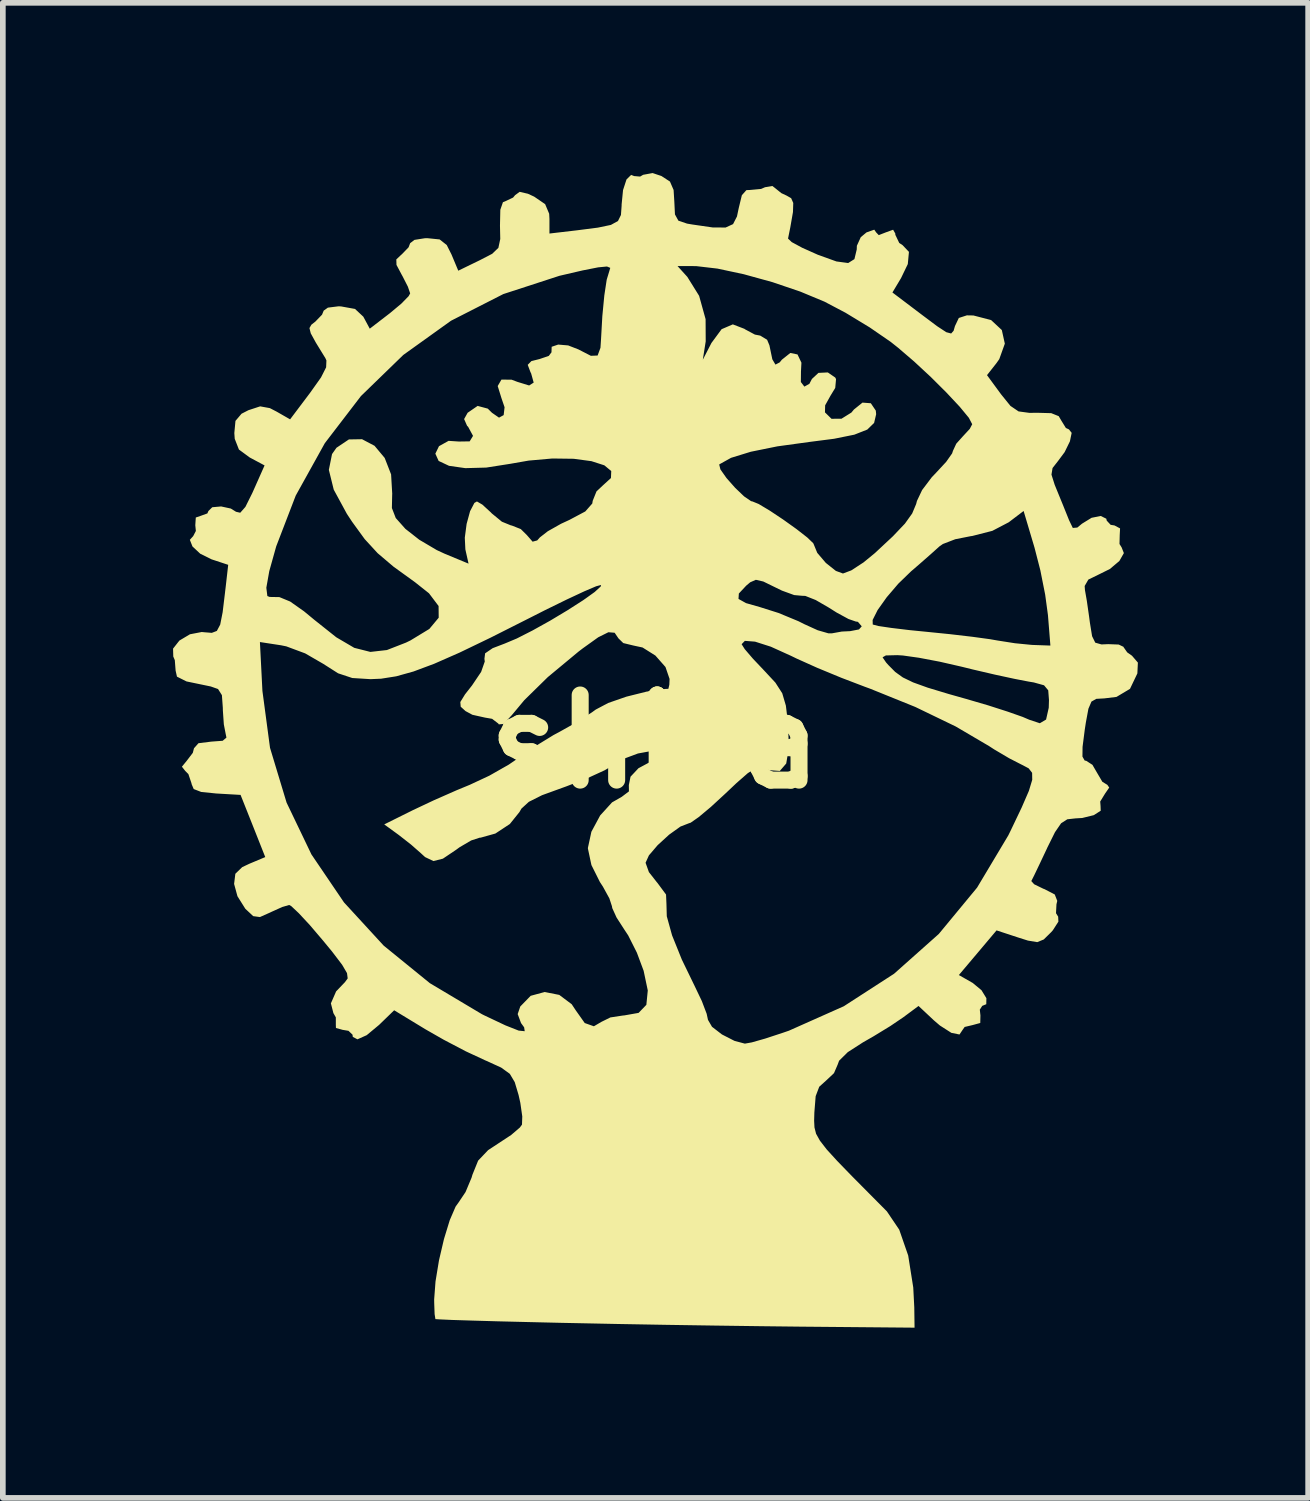
<source format=kicad_pcb>
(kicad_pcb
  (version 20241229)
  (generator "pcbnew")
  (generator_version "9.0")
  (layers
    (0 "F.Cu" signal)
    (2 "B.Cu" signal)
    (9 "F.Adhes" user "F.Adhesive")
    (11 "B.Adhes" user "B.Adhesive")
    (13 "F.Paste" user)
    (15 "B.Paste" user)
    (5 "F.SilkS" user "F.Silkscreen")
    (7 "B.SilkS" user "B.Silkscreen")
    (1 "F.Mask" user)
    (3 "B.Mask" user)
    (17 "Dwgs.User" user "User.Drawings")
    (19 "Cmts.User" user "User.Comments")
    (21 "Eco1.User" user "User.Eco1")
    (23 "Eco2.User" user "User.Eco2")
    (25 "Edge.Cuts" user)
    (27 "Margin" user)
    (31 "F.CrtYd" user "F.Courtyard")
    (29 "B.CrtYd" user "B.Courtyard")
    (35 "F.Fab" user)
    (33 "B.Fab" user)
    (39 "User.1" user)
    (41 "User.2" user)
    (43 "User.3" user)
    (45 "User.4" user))
  (footprint "shiva"
    (layer "F.Cu")
    (at 8.497 10.021)
    (property "Reference" "shiva" (at 0 0 0) (layer "F.SilkS") (effects (font (size 1.5 1.5) (thickness 0.3))))
    (attr board_only exclude_from_pos_files exclude_from_bom)
    (fp_poly (pts (xy 0.112 -9.968) (xy 0.261 -9.871) (xy 0.325 -9.723) (xy 0.338 -9.515) (xy 0.349 -9.292) (xy 0.409 -9.182) (xy 0.562 -9.13) (xy 0.656 -9.114) (xy 1.015 -9.062) (xy 1.242 -9.061) (xy 1.373 -9.121) (xy 1.442 -9.256) (xy 1.473 -9.403) (xy 1.528 -9.63) (xy 1.608 -9.72) (xy 1.674 -9.723) (xy 1.867 -9.741) (xy 1.936 -9.771) (xy 2.066 -9.793) (xy 2.105 -9.763) (xy 2.224 -9.667) (xy 2.316 -9.624) (xy 2.397 -9.578) (xy 2.434 -9.494) (xy 2.429 -9.334) (xy 2.382 -9.064) (xy 2.342 -8.866) (xy 2.407 -8.804) (xy 2.592 -8.704) (xy 2.856 -8.586) (xy 2.867 -8.581) (xy 3.195 -8.463) (xy 3.402 -8.435) (xy 3.512 -8.504) (xy 3.553 -8.675) (xy 3.555 -8.739) (xy 3.624 -8.891) (xy 3.725 -8.975) (xy 3.862 -9.023) (xy 3.895 -8.975) (xy 3.941 -8.927) (xy 4.064 -8.975) (xy 4.194 -9.022) (xy 4.233 -8.954) (xy 4.233 -8.933) (xy 4.302 -8.789) (xy 4.36 -8.751) (xy 4.473 -8.632) (xy 4.453 -8.417) (xy 4.334 -8.17) (xy 4.182 -7.916) (xy 4.708 -7.518) (xy 4.971 -7.321) (xy 5.131 -7.216) (xy 5.217 -7.193) (xy 5.26 -7.241) (xy 5.284 -7.324) (xy 5.352 -7.467) (xy 5.494 -7.513) (xy 5.609 -7.511) (xy 5.921 -7.43) (xy 6.11 -7.254) (xy 6.163 -7.014) (xy 6.065 -6.741) (xy 6.015 -6.67) (xy 5.849 -6.459) (xy 6.097 -6.121) (xy 6.262 -5.917) (xy 6.405 -5.82) (xy 6.598 -5.794) (xy 6.728 -5.796) (xy 6.981 -5.789) (xy 7.113 -5.736) (xy 7.16 -5.656) (xy 7.239 -5.528) (xy 7.293 -5.503) (xy 7.341 -5.442) (xy 7.31 -5.292) (xy 7.217 -5.102) (xy 7.101 -4.946) (xy 7.004 -4.822) (xy 6.985 -4.706) (xy 7.041 -4.529) (xy 7.078 -4.438) (xy 7.186 -4.174) (xy 7.279 -3.943) (xy 7.294 -3.905) (xy 7.361 -3.766) (xy 7.441 -3.773) (xy 7.523 -3.841) (xy 7.692 -3.945) (xy 7.854 -3.977) (xy 7.951 -3.929) (xy 7.959 -3.895) (xy 8.028 -3.821) (xy 8.096 -3.81) (xy 8.194 -3.758) (xy 8.188 -3.641) (xy 8.184 -3.483) (xy 8.221 -3.424) (xy 8.261 -3.323) (xy 8.182 -3.184) (xy 8.015 -3.043) (xy 7.834 -2.953) (xy 7.635 -2.856) (xy 7.57 -2.743) (xy 7.575 -2.672) (xy 7.608 -2.483) (xy 7.647 -2.212) (xy 7.662 -2.099) (xy 7.701 -1.858) (xy 7.757 -1.744) (xy 7.866 -1.713) (xy 7.985 -1.718) (xy 8.17 -1.711) (xy 8.254 -1.671) (xy 8.255 -1.666) (xy 8.32 -1.573) (xy 8.404 -1.514) (xy 8.508 -1.393) (xy 8.499 -1.202) (xy 8.369 -0.93) (xy 8.131 -0.788) (xy 7.918 -0.762) (xy 7.776 -0.754) (xy 7.69 -0.706) (xy 7.636 -0.579) (xy 7.591 -0.336) (xy 7.572 -0.212) (xy 7.533 0.093) (xy 7.531 0.264) (xy 7.57 0.333) (xy 7.599 0.339) (xy 7.707 0.409) (xy 7.789 0.55) (xy 7.882 0.708) (xy 7.97 0.762) (xy 8.003 0.81) (xy 7.929 0.917) (xy 7.844 1.056) (xy 7.85 1.133) (xy 7.853 1.218) (xy 7.731 1.296) (xy 7.527 1.346) (xy 7.407 1.353) (xy 7.264 1.369) (xy 7.155 1.439) (xy 7.047 1.596) (xy 6.909 1.874) (xy 6.905 1.884) (xy 6.777 2.155) (xy 6.679 2.36) (xy 6.63 2.457) (xy 6.63 2.458) (xy 6.68 2.514) (xy 6.84 2.592) (xy 6.864 2.601) (xy 7.043 2.694) (xy 7.087 2.807) (xy 7.073 2.867) (xy 7.065 3.024) (xy 7.103 3.085) (xy 7.107 3.173) (xy 7.01 3.324) (xy 6.981 3.357) (xy 6.849 3.487) (xy 6.734 3.534) (xy 6.571 3.507) (xy 6.397 3.452) (xy 6.017 3.327) (xy 5.685 3.721) (xy 5.353 4.114) (xy 5.598 4.254) (xy 5.752 4.382) (xy 5.838 4.522) (xy 5.836 4.628) (xy 5.765 4.657) (xy 5.722 4.724) (xy 5.733 4.826) (xy 5.73 4.959) (xy 5.598 4.995) (xy 5.598 4.995) (xy 5.455 5.029) (xy 5.419 5.08) (xy 5.364 5.162) (xy 5.221 5.133) (xy 5.018 5.003) (xy 4.912 4.912) (xy 4.642 4.659) (xy 4.374 4.858) (xy 4.145 5.013) (xy 3.847 5.195) (xy 3.662 5.301) (xy 3.395 5.473) (xy 3.242 5.624) (xy 3.217 5.692) (xy 3.152 5.843) (xy 3.017 5.97) (xy 2.892 6.083) (xy 2.829 6.249) (xy 2.807 6.524) (xy 2.806 6.536) (xy 2.802 6.682) (xy 2.808 6.8) (xy 2.836 6.911) (xy 2.904 7.033) (xy 3.023 7.187) (xy 3.21 7.392) (xy 3.479 7.669) (xy 3.843 8.036) (xy 4.084 8.279) (xy 4.302 8.602) (xy 4.46 9.058) (xy 4.549 9.621) (xy 4.567 9.97) (xy 4.572 10.329) (xy 2.561 10.311) (xy 1.859 10.303) (xy 1.048 10.292) (xy 0.187 10.279) (xy -0.664 10.264) (xy -1.446 10.248) (xy -1.651 10.244) (xy -2.243 10.23) (xy -2.776 10.217) (xy -3.228 10.204) (xy -3.577 10.193) (xy -3.8 10.183) (xy -3.873 10.178) (xy -3.887 10.09) (xy -3.894 9.896) (xy -3.895 9.832) (xy -3.871 9.514) (xy -3.81 9.143) (xy -3.722 8.767) (xy -3.62 8.434) (xy -3.517 8.195) (xy -3.464 8.121) (xy -3.342 7.939) (xy -3.236 7.686) (xy -3.22 7.632) (xy -3.12 7.385) (xy -2.944 7.2) (xy -2.76 7.079) (xy -2.538 6.933) (xy -2.384 6.801) (xy -2.347 6.75) (xy -2.342 6.606) (xy -2.376 6.368) (xy -2.407 6.229) (xy -2.475 6.001) (xy -2.562 5.855) (xy -2.714 5.745) (xy -2.975 5.626) (xy -3.003 5.614) (xy -3.338 5.458) (xy -3.725 5.255) (xy -4.047 5.071) (xy -4.6 4.735) (xy -4.865 4.992) (xy -5.084 5.174) (xy -5.247 5.247) (xy -5.329 5.204) (xy -5.334 5.165) (xy -5.405 5.097) (xy -5.508 5.08) (xy -5.626 5.047) (xy -5.628 4.992) (xy -5.628 4.86) (xy -5.671 4.785) (xy -5.715 4.613) (xy -5.623 4.402) (xy -5.467 4.239) (xy -5.419 4.173) (xy -5.431 4.08) (xy -5.517 3.933) (xy -5.692 3.703) (xy -5.855 3.505) (xy -6.085 3.235) (xy -6.281 3.024) (xy -6.413 2.9) (xy -6.45 2.879) (xy -6.573 2.915) (xy -6.766 3.002) (xy -6.784 3.011) (xy -6.966 3.092) (xy -7.084 3.076) (xy -7.219 2.95) (xy -7.224 2.945) (xy -7.362 2.725) (xy -7.421 2.508) (xy -7.399 2.329) (xy -7.278 2.212) (xy -7.153 2.153) (xy -6.872 2.035) (xy -7.089 1.487) (xy -7.307 0.939) (xy -7.738 0.914) (xy -8.001 0.887) (xy -8.133 0.836) (xy -8.171 0.746) (xy -8.171 0.737) (xy -8.227 0.572) (xy -8.281 0.518) (xy -8.341 0.442) (xy -8.259 0.342) (xy -8.149 0.198) (xy -8.128 0.117) (xy -8.049 0.028) (xy -7.823 0) (xy -7.622 -0.015) (xy -7.556 -0.071) (xy -7.569 -0.134) (xy -7.602 -0.304) (xy -7.619 -0.55) (xy -7.62 -0.598) (xy -7.636 -0.819) (xy -7.704 -0.927) (xy -7.832 -0.972) (xy -8.092 -1.026) (xy -8.26 -1.061) (xy -8.428 -1.145) (xy -8.452 -1.252) (xy -8.466 -1.436) (xy -8.493 -1.5) (xy -8.497 -1.639) (xy -8.406 -1.755) (xy -6.966 -1.755) (xy -6.922 -0.894) (xy -6.788 0.109) (xy -6.496 1.075) (xy -6.058 1.988) (xy -5.484 2.834) (xy -4.785 3.595) (xy -3.971 4.257) (xy -3.053 4.804) (xy -3.009 4.826) (xy -2.639 5.001) (xy -2.406 5.093) (xy -2.299 5.104) (xy -2.309 5.036) (xy -2.364 4.96) (xy -2.423 4.802) (xy -2.377 4.668) (xy -2.194 4.48) (xy -1.948 4.413) (xy -1.69 4.464) (xy -1.471 4.628) (xy -1.4 4.735) (xy -1.241 4.96) (xy -1.08 5.017) (xy -0.947 4.939) (xy -0.789 4.861) (xy -0.559 4.826) (xy -0.547 4.826) (xy -0.292 4.781) (xy -0.155 4.639) (xy -0.13 4.386) (xy -0.203 4.039) (xy -0.322 3.72) (xy -0.475 3.416) (xy -0.547 3.307) (xy -0.681 3.099) (xy -0.756 2.934) (xy -0.762 2.9) (xy -0.807 2.763) (xy -0.92 2.557) (xy -0.974 2.474) (xy -1.123 2.176) (xy -1.132 2.135) (xy -0.169 2.135) (xy -0.11 2.3) (xy 0.032 2.481) (xy 0.038 2.487) (xy 0.192 2.695) (xy 0.199 2.859) (xy 0.205 3.078) (xy 0.298 3.414) (xy 0.47 3.841) (xy 0.695 4.305) (xy 0.823 4.573) (xy 0.908 4.797) (xy 0.931 4.904) (xy 1.002 5.026) (xy 1.177 5.161) (xy 1.398 5.274) (xy 1.581 5.323) (xy 1.703 5.301) (xy 1.939 5.234) (xy 2.246 5.133) (xy 2.357 5.095) (xy 3.325 4.664) (xy 4.211 4.091) (xy 4.999 3.39) (xy 5.674 2.573) (xy 6.224 1.653) (xy 6.261 1.578) (xy 6.46 1.161) (xy 6.587 0.868) (xy 6.646 0.673) (xy 6.644 0.55) (xy 6.583 0.471) (xy 6.468 0.41) (xy 6.461 0.407) (xy 6.241 0.294) (xy 5.975 0.137) (xy 5.884 0.078) (xy 5.297 -0.267) (xy 4.585 -0.611) (xy 3.791 -0.932) (xy 3.698 -0.966) (xy 3.282 -1.125) (xy 2.856 -1.301) (xy 2.491 -1.465) (xy 2.448 -1.486) (xy 4.008 -1.486) (xy 4.07 -1.395) (xy 4.113 -1.347) (xy 4.232 -1.227) (xy 4.366 -1.131) (xy 4.546 -1.044) (xy 4.804 -0.951) (xy 5.175 -0.839) (xy 5.476 -0.754) (xy 5.866 -0.64) (xy 6.215 -0.528) (xy 6.479 -0.435) (xy 6.593 -0.386) (xy 6.78 -0.324) (xy 6.89 -0.389) (xy 6.937 -0.597) (xy 6.941 -0.733) (xy 6.928 -0.904) (xy 6.854 -0.993) (xy 6.674 -1.043) (xy 6.583 -1.058) (xy 6.34 -1.105) (xy 5.992 -1.18) (xy 5.597 -1.272) (xy 5.403 -1.32) (xy 5.014 -1.409) (xy 4.65 -1.478) (xy 4.366 -1.518) (xy 4.268 -1.524) (xy 4.066 -1.519) (xy 4.008 -1.486) (xy 2.448 -1.486) (xy 2.39 -1.514) (xy 2.039 -1.673) (xy 1.761 -1.762) (xy 1.581 -1.776) (xy 1.524 -1.717) (xy 1.579 -1.63) (xy 1.723 -1.462) (xy 1.907 -1.268) (xy 2.119 -1.04) (xy 2.24 -0.852) (xy 2.304 -0.634) (xy 2.341 -0.328) (xy 2.357 0.106) (xy 2.31 0.386) (xy 2.197 0.517) (xy 2.017 0.504) (xy 1.988 0.492) (xy 1.878 0.455) (xy 1.771 0.47) (xy 1.634 0.555) (xy 1.435 0.729) (xy 1.235 0.918) (xy 0.982 1.151) (xy 0.768 1.33) (xy 0.626 1.429) (xy 0.595 1.439) (xy 0.446 1.497) (xy 0.246 1.64) (xy 0.044 1.825) (xy -0.11 2.005) (xy -0.169 2.135) (xy -1.132 2.135) (xy -1.185 1.885) (xy -1.185 1.872) (xy -1.124 1.589) (xy -0.969 1.301) (xy -0.76 1.071) (xy -0.589 0.973) (xy -0.462 0.877) (xy -0.464 0.766) (xy -0.434 0.618) (xy -0.294 0.469) (xy -0.097 0.363) (xy 0.039 0.339) (xy 0.154 0.294) (xy 0.169 0.254) (xy 0.1 0.18) (xy -0.074 0.167) (xy -0.303 0.209) (xy -0.539 0.297) (xy -0.674 0.378) (xy -0.892 0.506) (xy -1.21 0.652) (xy -1.566 0.789) (xy -1.627 0.811) (xy -1.993 0.944) (xy -2.226 1.061) (xy -2.357 1.181) (xy -2.393 1.243) (xy -2.561 1.452) (xy -2.816 1.62) (xy -3.077 1.693) (xy -3.092 1.693) (xy -3.243 1.742) (xy -3.449 1.863) (xy -3.506 1.905) (xy -3.741 2.063) (xy -3.908 2.105) (xy -4.055 2.035) (xy -4.128 1.968) (xy -4.302 1.815) (xy -4.518 1.646) (xy -4.526 1.64) (xy -4.775 1.459) (xy -4.272 1.209) (xy -3.903 1.035) (xy -3.499 0.857) (xy -3.267 0.761) (xy -2.924 0.601) (xy -2.581 0.406) (xy -2.404 0.285) (xy -2.109 0.079) (xy -1.791 -0.116) (xy -1.677 -0.177) (xy -1.388 -0.339) (xy -1.113 -0.517) (xy -1.047 -0.565) (xy -0.828 -0.681) (xy -0.508 -0.792) (xy -0.152 -0.881) (xy 0.173 -0.928) (xy 0.233 -0.931) (xy 0.25 -1.003) (xy 0.254 -1.105) (xy 0.182 -1.315) (xy 0.004 -1.517) (xy -0.222 -1.659) (xy -0.38 -1.693) (xy -0.562 -1.737) (xy -0.647 -1.82) (xy -0.714 -1.919) (xy -0.824 -1.928) (xy -1.003 -1.839) (xy -1.274 -1.645) (xy -1.35 -1.587) (xy -1.892 -1.137) (xy -2.306 -0.731) (xy -2.527 -0.466) (xy -2.672 -0.311) (xy -2.756 -0.304) (xy -2.764 -0.318) (xy -2.874 -0.402) (xy -2.997 -0.423) (xy -3.221 -0.473) (xy -3.342 -0.538) (xy -3.427 -0.615) (xy -3.434 -0.698) (xy -3.351 -0.833) (xy -3.228 -0.99) (xy -3.067 -1.229) (xy -3.003 -1.412) (xy -3.009 -1.459) (xy -2.997 -1.556) (xy -2.864 -1.647) (xy -2.652 -1.728) (xy -2.438 -1.818) (xy -2.161 -1.959) (xy -1.852 -2.131) (xy -1.545 -2.315) (xy -1.272 -2.49) (xy -1.236 -2.515) (xy 1.469 -2.515) (xy 1.602 -2.441) (xy 1.841 -2.373) (xy 2.176 -2.267) (xy 2.526 -2.122) (xy 2.625 -2.072) (xy 2.865 -1.963) (xy 3.056 -1.908) (xy 3.118 -1.909) (xy 3.29 -1.94) (xy 3.436 -1.947) (xy 3.592 -1.977) (xy 3.641 -2.032) (xy 3.574 -2.111) (xy 3.535 -2.117) (xy 3.457 -2.144) (xy 3.833 -2.144) (xy 3.835 -2.064) (xy 3.932 -2.038) (xy 4.162 -2.004) (xy 4.486 -1.965) (xy 4.779 -1.936) (xy 5.195 -1.894) (xy 5.589 -1.848) (xy 5.904 -1.805) (xy 6.035 -1.782) (xy 6.341 -1.734) (xy 6.635 -1.705) (xy 6.679 -1.703) (xy 6.966 -1.693) (xy 6.923 -2.23) (xy 6.874 -2.591) (xy 6.789 -3.019) (xy 6.687 -3.416) (xy 6.494 -4.065) (xy 6.232 -3.866) (xy 5.943 -3.715) (xy 5.591 -3.625) (xy 5.562 -3.621) (xy 5.289 -3.567) (xy 5.071 -3.483) (xy 5.012 -3.442) (xy 4.867 -3.312) (xy 4.652 -3.123) (xy 4.51 -3.001) (xy 4.286 -2.784) (xy 4.081 -2.544) (xy 3.921 -2.319) (xy 3.833 -2.144) (xy 3.457 -2.144) (xy 3.408 -2.161) (xy 3.2 -2.274) (xy 3.057 -2.364) (xy 2.829 -2.496) (xy 2.647 -2.568) (xy 2.582 -2.571) (xy 2.45 -2.583) (xy 2.236 -2.661) (xy 2.125 -2.715) (xy 1.906 -2.822) (xy 1.775 -2.852) (xy 1.675 -2.808) (xy 1.605 -2.749) (xy 1.475 -2.61) (xy 1.469 -2.515) (xy -1.236 -2.515) (xy -1.066 -2.637) (xy -0.959 -2.735) (xy -0.954 -2.761) (xy -1.04 -2.738) (xy -1.249 -2.649) (xy -1.557 -2.505) (xy -1.937 -2.319) (xy -2.227 -2.172) (xy -2.901 -1.832) (xy -3.449 -1.568) (xy -3.895 -1.372) (xy -4.259 -1.236) (xy -4.564 -1.151) (xy -4.83 -1.109) (xy -5.018 -1.101) (xy -5.338 -1.121) (xy -5.588 -1.204) (xy -5.85 -1.371) (xy -6.168 -1.555) (xy -6.501 -1.679) (xy -6.594 -1.698) (xy -6.966 -1.755) (xy -8.406 -1.755) (xy -8.384 -1.782) (xy -8.199 -1.892) (xy -7.991 -1.932) (xy -7.951 -1.928) (xy -7.814 -1.917) (xy -7.725 -1.951) (xy -7.666 -2.062) (xy -7.623 -2.28) (xy -7.58 -2.636) (xy -7.58 -2.638) (xy -7.571 -2.712) (xy -6.853 -2.712) (xy -6.835 -2.566) (xy -6.795 -2.55) (xy -6.622 -2.547) (xy -6.433 -2.469) (xy -6.189 -2.297) (xy -6.006 -2.146) (xy -5.62 -1.839) (xy -5.303 -1.653) (xy -5.019 -1.581) (xy -4.728 -1.614) (xy -4.392 -1.745) (xy -4.312 -1.784) (xy -3.98 -1.986) (xy -3.815 -2.184) (xy -3.817 -2.39) (xy -3.986 -2.614) (xy -4.233 -2.81) (xy -4.612 -3.084) (xy -4.891 -3.321) (xy -5.119 -3.569) (xy -5.34 -3.873) (xy -5.433 -4.014) (xy -5.665 -4.441) (xy -5.751 -4.79) (xy -5.695 -5.068) (xy -5.617 -5.179) (xy -5.398 -5.326) (xy -5.166 -5.33) (xy -4.946 -5.214) (xy -4.767 -5) (xy -4.654 -4.71) (xy -4.634 -4.367) (xy -4.635 -4.356) (xy -4.64 -4.117) (xy -4.572 -3.941) (xy -4.402 -3.75) (xy -4.157 -3.558) (xy -3.849 -3.376) (xy -3.711 -3.312) (xy -3.289 -3.137) (xy -3.345 -3.388) (xy -3.355 -3.594) (xy -3.323 -3.837) (xy -3.262 -4.061) (xy -3.186 -4.207) (xy -3.141 -4.233) (xy -3.045 -4.177) (xy -2.897 -4.041) (xy -2.879 -4.022) (xy -2.701 -3.876) (xy -2.539 -3.81) (xy -2.53 -3.81) (xy -2.368 -3.746) (xy -2.26 -3.639) (xy -2.16 -3.524) (xy -2.079 -3.546) (xy -2.031 -3.6) (xy -1.892 -3.708) (xy -1.66 -3.839) (xy -1.511 -3.908) (xy -1.231 -4.057) (xy -1.108 -4.197) (xy -1.101 -4.243) (xy -1.034 -4.41) (xy -0.931 -4.507) (xy -0.779 -4.646) (xy -0.774 -4.769) (xy -0.896 -4.87) (xy -1.123 -4.943) (xy -1.436 -4.985) (xy -1.812 -4.99) (xy -2.23 -4.953) (xy -2.55 -4.897) (xy -2.977 -4.83) (xy -3.346 -4.82) (xy -3.633 -4.861) (xy -3.816 -4.947) (xy -3.874 -5.075) (xy -3.81 -5.207) (xy -3.641 -5.301) (xy -3.458 -5.289) (xy -3.269 -5.292) (xy -3.21 -5.389) (xy -3.296 -5.548) (xy -3.315 -5.567) (xy -3.367 -5.685) (xy -3.305 -5.796) (xy -3.129 -5.917) (xy -2.95 -5.869) (xy -2.876 -5.796) (xy -2.752 -5.71) (xy -2.67 -5.755) (xy -2.654 -5.893) (xy -2.709 -6.054) (xy -2.775 -6.267) (xy -2.709 -6.381) (xy -2.53 -6.379) (xy -2.426 -6.34) (xy -2.221 -6.277) (xy -2.141 -6.328) (xy -2.186 -6.49) (xy -2.198 -6.513) (xy -2.246 -6.641) (xy -2.181 -6.707) (xy -2.037 -6.743) (xy -1.874 -6.799) (xy -1.825 -6.865) (xy -1.827 -6.869) (xy -1.824 -6.959) (xy -1.709 -6.998) (xy -1.533 -6.983) (xy -1.353 -6.913) (xy -1.133 -6.8) (xy -1.014 -6.805) (xy -0.964 -6.941) (xy -0.954 -7.091) (xy -0.931 -7.5) (xy -0.896 -7.864) (xy -0.854 -8.141) (xy -0.809 -8.29) (xy -0.791 -8.35) (xy -0.849 -8.374) (xy -1.004 -8.359) (xy -1.278 -8.305) (xy -1.687 -8.21) (xy -2.676 -7.888) (xy -3.598 -7.418) (xy -4.439 -6.815) (xy -5.185 -6.091) (xy -5.822 -5.26) (xy -6.335 -4.336) (xy -6.679 -3.441) (xy -6.801 -3.005) (xy -6.853 -2.712) (xy -7.571 -2.712) (xy -7.525 -3.116) (xy -7.819 -3.213) (xy -8.018 -3.312) (xy -8.155 -3.44) (xy -8.201 -3.557) (xy -8.142 -3.622) (xy -8.095 -3.713) (xy -8.105 -3.814) (xy -8.096 -3.95) (xy -8.011 -3.979) (xy -7.892 -4.022) (xy -7.874 -4.064) (xy -7.806 -4.131) (xy -7.65 -4.145) (xy -7.479 -4.108) (xy -7.387 -4.051) (xy -7.313 -4.034) (xy -7.222 -4.137) (xy -7.1 -4.382) (xy -7.087 -4.411) (xy -6.884 -4.868) (xy -7.146 -5.008) (xy -7.336 -5.148) (xy -7.41 -5.337) (xy -7.417 -5.438) (xy -7.397 -5.653) (xy -7.29 -5.779) (xy -7.169 -5.841) (xy -6.962 -5.909) (xy -6.791 -5.878) (xy -6.673 -5.817) (xy -6.434 -5.68) (xy -6.08 -6.15) (xy -5.889 -6.419) (xy -5.799 -6.597) (xy -5.794 -6.719) (xy -5.813 -6.76) (xy -5.98 -7.032) (xy -6.07 -7.196) (xy -6.093 -7.289) (xy -6.059 -7.348) (xy -5.99 -7.402) (xy -5.871 -7.525) (xy -5.842 -7.596) (xy -5.768 -7.649) (xy -5.584 -7.672) (xy -5.539 -7.671) (xy -5.29 -7.626) (xy -5.144 -7.49) (xy -5.133 -7.47) (xy -5.03 -7.278) (xy -4.674 -7.552) (xy -4.474 -7.719) (xy -4.345 -7.851) (xy -4.318 -7.9) (xy -4.358 -8.018) (xy -4.454 -8.206) (xy -4.466 -8.227) (xy -4.559 -8.402) (xy -4.562 -8.499) (xy -4.474 -8.582) (xy -4.466 -8.588) (xy -4.346 -8.712) (xy -4.318 -8.785) (xy -4.243 -8.843) (xy -4.06 -8.872) (xy -4.014 -8.873) (xy -3.798 -8.851) (xy -3.673 -8.752) (xy -3.59 -8.587) (xy -3.47 -8.3) (xy -3.302 -8.382) (xy 0.394 -8.382) (xy 0.567 -8.191) (xy 0.775 -7.857) (xy 0.889 -7.446) (xy 0.891 -7.054) (xy 0.84 -6.731) (xy 0.992 -7.026) (xy 1.171 -7.269) (xy 1.369 -7.354) (xy 1.574 -7.275) (xy 1.582 -7.268) (xy 1.758 -7.174) (xy 1.852 -7.156) (xy 1.973 -7.083) (xy 2.014 -6.985) (xy 2.065 -6.739) (xy 2.12 -6.645) (xy 2.195 -6.684) (xy 2.234 -6.732) (xy 2.382 -6.85) (xy 2.509 -6.824) (xy 2.578 -6.679) (xy 2.57 -6.523) (xy 2.568 -6.338) (xy 2.63 -6.257) (xy 2.718 -6.306) (xy 2.763 -6.392) (xy 2.878 -6.499) (xy 3.043 -6.507) (xy 3.174 -6.417) (xy 3.188 -6.389) (xy 3.174 -6.234) (xy 3.09 -6.096) (xy 2.996 -5.927) (xy 2.993 -5.803) (xy 3.108 -5.69) (xy 3.284 -5.691) (xy 3.459 -5.8) (xy 3.503 -5.853) (xy 3.654 -5.975) (xy 3.801 -5.964) (xy 3.889 -5.834) (xy 3.895 -5.77) (xy 3.859 -5.617) (xy 3.739 -5.5) (xy 3.511 -5.41) (xy 3.155 -5.338) (xy 2.72 -5.282) (xy 2.154 -5.204) (xy 1.686 -5.109) (xy 1.338 -5.002) (xy 1.135 -4.889) (xy 1.129 -4.883) (xy 1.15 -4.798) (xy 1.257 -4.646) (xy 1.41 -4.473) (xy 1.568 -4.322) (xy 1.691 -4.238) (xy 1.715 -4.233) (xy 1.825 -4.188) (xy 2.019 -4.072) (xy 2.255 -3.915) (xy 2.49 -3.747) (xy 2.681 -3.598) (xy 2.786 -3.497) (xy 2.794 -3.48) (xy 2.857 -3.327) (xy 3.008 -3.15) (xy 3.185 -3.009) (xy 3.31 -2.963) (xy 3.457 -3.018) (xy 3.673 -3.159) (xy 3.873 -3.323) (xy 4.191 -3.62) (xy 4.402 -3.842) (xy 4.53 -4.021) (xy 4.6 -4.188) (xy 4.614 -4.242) (xy 4.705 -4.434) (xy 4.875 -4.659) (xy 4.957 -4.745) (xy 5.129 -4.931) (xy 5.234 -5.08) (xy 5.249 -5.126) (xy 5.307 -5.251) (xy 5.419 -5.376) (xy 5.545 -5.512) (xy 5.588 -5.594) (xy 5.529 -5.707) (xy 5.369 -5.901) (xy 5.136 -6.15) (xy 4.859 -6.426) (xy 4.565 -6.699) (xy 4.283 -6.941) (xy 4.152 -7.045) (xy 3.782 -7.3) (xy 3.355 -7.559) (xy 2.985 -7.754) (xy 2.557 -7.932) (xy 2.065 -8.099) (xy 1.561 -8.238) (xy 1.098 -8.337) (xy 0.729 -8.38) (xy 0.684 -8.381) (xy 0.394 -8.382) (xy -3.302 -8.382) (xy -3.094 -8.483) (xy -2.872 -8.598) (xy -2.763 -8.703) (xy -2.73 -8.859) (xy -2.735 -9.094) (xy -2.729 -9.374) (xy -2.683 -9.507) (xy -2.643 -9.523) (xy -2.504 -9.589) (xy -2.468 -9.632) (xy -2.388 -9.69) (xy -2.242 -9.656) (xy -2.132 -9.605) (xy -1.939 -9.473) (xy -1.868 -9.304) (xy -1.863 -9.213) (xy -1.863 -8.955) (xy -1.376 -9.012) (xy -1.01 -9.059) (xy -0.78 -9.107) (xy -0.655 -9.176) (xy -0.603 -9.282) (xy -0.591 -9.446) (xy -0.591 -9.467) (xy -0.566 -9.721) (xy -0.505 -9.908) (xy -0.424 -9.988) (xy -0.372 -9.968) (xy -0.265 -9.959) (xy -0.212 -9.99) (xy -0.045 -10.021)) (stroke (width 0) (type solid)) (fill yes) (layer "F.SilkS")))
  (gr_rect
    (start -3 -3)
    (end 20.006 23.35)
    (stroke (width 0.1) (type default))
    (fill no)
    (layer "Edge.Cuts")))
</source>
